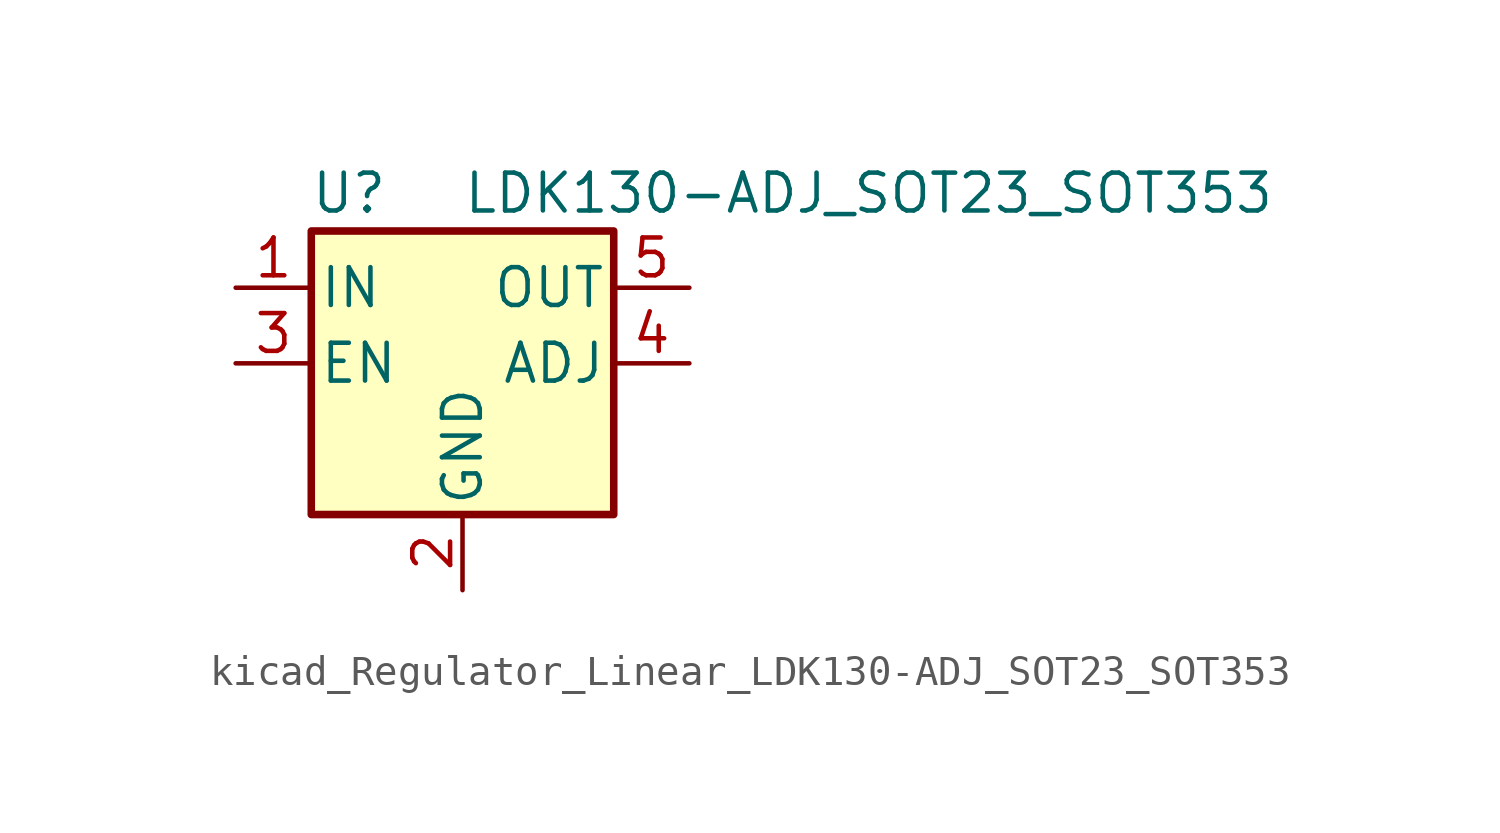
<source format=kicad_sym>
(kicad_symbol_lib
  (version 20220914)
  (generator kicad_symbol_editor)
  (symbol "kicad_Regulator_Linear_LDK130-ADJ_SOT23_SOT353"
    (pin_names
      (offset 0.254))
    (property "Reference" "U"
      (at -3.81 5.715 0)
      (effects (font (size 1.27 1.27))))
    (property "Value" "LDK130-ADJ_SOT23_SOT353"
      (at 0 5.715 0)
      (effects (font (size 1.27 1.27)) (justify left)))
    (symbol "kicad_Regulator_Linear_LDK130-ADJ_SOT23_SOT353_0_1"
      (rectangle (start -5.08 4.445) (end 5.08 -5.08) (stroke (width 0.254) (type default)) (fill (type background))))
    (symbol "kicad_Regulator_Linear_LDK130-ADJ_SOT23_SOT353_1_1"
      (pin power_in line (at -7.62 2.54 0) (length 2.54) (name "IN" (effects (font (size 1.27 1.27)))) (number "1" (effects (font (size 1.27 1.27)))))
      (pin power_in line (at 0 -7.62 90) (length 2.54) (name "GND" (effects (font (size 1.27 1.27)))) (number "2" (effects (font (size 1.27 1.27)))))
      (pin input line (at -7.62 0 0) (length 2.54) (name "EN" (effects (font (size 1.27 1.27)))) (number "3" (effects (font (size 1.27 1.27)))))
      (pin input line (at 7.62 0 180) (length 2.54) (name "ADJ" (effects (font (size 1.27 1.27)))) (number "4" (effects (font (size 1.27 1.27)))))
      (pin power_out line (at 7.62 2.54 180) (length 2.54) (name "OUT" (effects (font (size 1.27 1.27)))) (number "5" (effects (font (size 1.27 1.27))))))))
</source>
